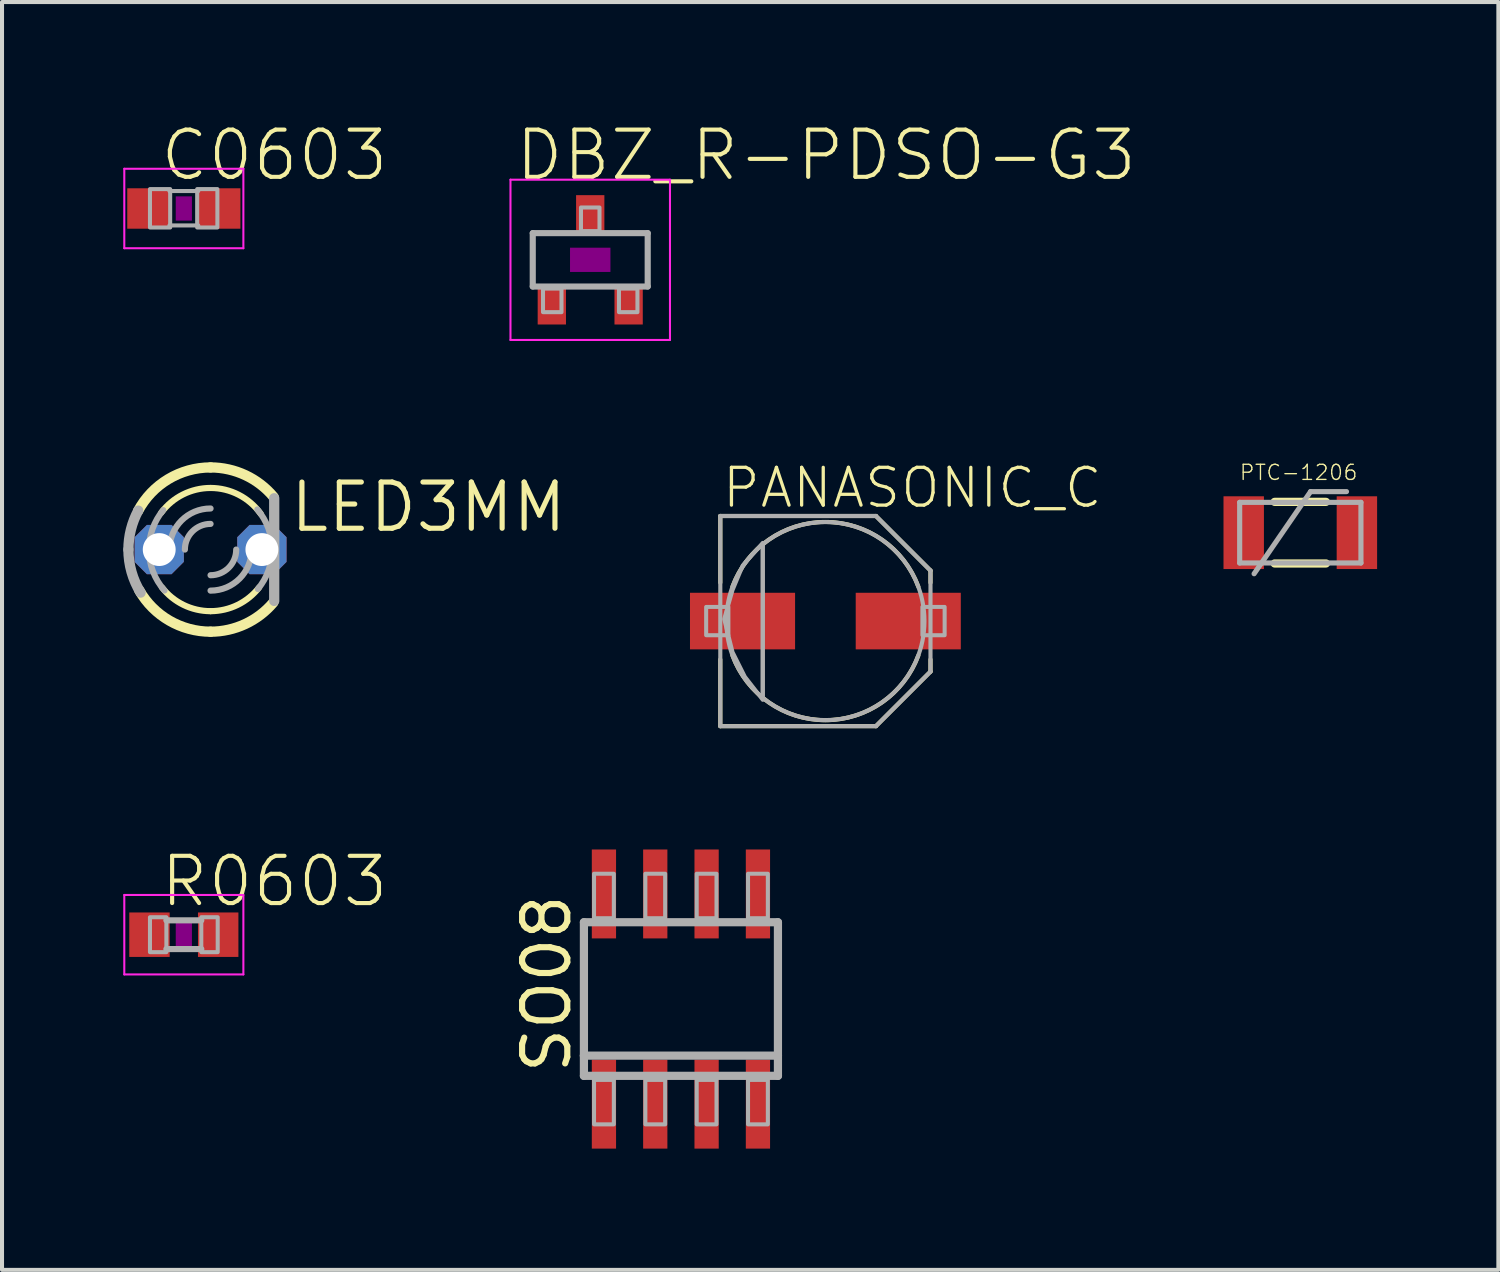
<source format=kicad_pcb>
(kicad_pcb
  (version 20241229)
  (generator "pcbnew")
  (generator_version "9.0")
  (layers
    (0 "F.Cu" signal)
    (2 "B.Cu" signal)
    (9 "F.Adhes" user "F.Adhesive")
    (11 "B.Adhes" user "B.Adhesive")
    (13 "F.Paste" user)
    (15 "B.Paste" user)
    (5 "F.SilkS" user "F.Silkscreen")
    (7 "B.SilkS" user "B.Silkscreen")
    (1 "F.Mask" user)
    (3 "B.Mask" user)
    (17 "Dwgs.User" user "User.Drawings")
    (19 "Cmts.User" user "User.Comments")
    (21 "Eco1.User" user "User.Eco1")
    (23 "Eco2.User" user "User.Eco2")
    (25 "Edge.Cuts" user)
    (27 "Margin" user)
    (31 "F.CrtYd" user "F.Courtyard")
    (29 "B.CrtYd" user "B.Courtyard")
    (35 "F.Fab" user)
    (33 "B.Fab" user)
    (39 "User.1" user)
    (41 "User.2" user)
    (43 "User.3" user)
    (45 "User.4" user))
  (footprint "LED3MM"
    (layer "F.Cu")
    (at 2.159 10.546)
    (property "Reference" "LED3MM" (at 1.905 -0.381 0) (layer "F.SilkS") (effects (font (size 1.143 1.143) (thickness 0.127)) (justify left bottom)))
    (fp_arc (start -1.7929 -0.9562) (mid -1.045438 -1.7424) (end 0 -2.032) (stroke (width 0.254) (type solid)) (layer "F.SilkS"))
    (fp_arc (start -1.2192 -0.9144) (mid -0.681554 -1.363107) (end 0 -1.524) (stroke (width 0.1524) (type solid)) (layer "F.SilkS"))
    (fp_arc (start 0 -2.032) (mid 0.861864 -1.840173) (end 1.561 -1.3009) (stroke (width 0.254) (type solid)) (layer "F.SilkS"))
    (fp_arc (start 0 -1.524) (mid 0.697339 -1.355082) (end 1.2401 -0.885801) (stroke (width 0.1524) (type solid)) (layer "F.SilkS"))
    (fp_arc (start 0 1.524) (mid -0.669593 1.369018) (end -1.203 0.9356) (stroke (width 0.1524) (type solid)) (layer "F.SilkS"))
    (fp_arc (start 0 2.032) (mid -1.019924 1.757525) (end -1.7643 1.0082) (stroke (width 0.254) (type solid)) (layer "F.SilkS"))
    (fp_arc (start 1.203 0.9356) (mid 0.669593 1.369018) (end 0 1.524) (stroke (width 0.1524) (type solid)) (layer "F.SilkS"))
    (fp_arc (start 1.5512 1.3126) (mid 0.854953 1.843405) (end 0 2.032) (stroke (width 0.254) (type solid)) (layer "F.SilkS"))
    (fp_line (start 1.575 1.27) (end 1.575 -1.27) (stroke (width 0.254) (type solid)) (layer "F.Fab"))
    (fp_arc (start -2.032 0) (mid -1.970339 -0.496775) (end -1.7891 -0.9634) (stroke (width 0.254) (type solid)) (layer "F.Fab"))
    (fp_arc (start -1.7306 1.065) (mid -1.95521 0.553417) (end -2.032 0) (stroke (width 0.254) (type solid)) (layer "F.Fab"))
    (fp_arc (start -1.524 0) (mid -1.432981 -0.518783) (end -1.1708 -0.9756) (stroke (width 0.1524) (type solid)) (layer "F.Fab"))
    (fp_arc (start -1.1391 1.0125) (mid -1.42454 0.5416) (end -1.524 0) (stroke (width 0.1524) (type solid)) (layer "F.Fab"))
    (fp_arc (start -1.016 0) (mid -0.71842 -0.71842) (end 0 -1.016) (stroke (width 0.1524) (type solid)) (layer "F.Fab"))
    (fp_arc (start -0.635 0) (mid -0.449013 -0.449013) (end 0 -0.635) (stroke (width 0.1524) (type solid)) (layer "F.Fab"))
    (fp_arc (start 0.635 0) (mid 0.449013 0.449013) (end 0 0.635) (stroke (width 0.1524) (type solid)) (layer "F.Fab"))
    (fp_arc (start 1.016 0) (mid 0.71842 0.71842) (end 0 1.016) (stroke (width 0.1524) (type solid)) (layer "F.Fab"))
    (fp_arc (start 1.1571 -0.9918) (mid 1.429332 -0.528744) (end 1.524 0) (stroke (width 0.1524) (type solid)) (layer "F.Fab"))
    (fp_arc (start 1.524 0) (mid 1.432981 0.518783) (end 1.1708 0.9756) (stroke (width 0.1524) (type solid)) (layer "F.Fab"))
    (pad "A" thru_hole roundrect (at -1.27 0) (size 1.219 1.219) (drill 0.813) (layers "*.Cu" "*.Mask") (roundrect_rratio 0.25) (chamfer_ratio 0.25) (chamfer top_left top_right bottom_left bottom_right))
    (pad "K" thru_hole roundrect (at 1.27 0) (size 1.219 1.219) (drill 0.813) (layers "*.Cu" "*.Mask") (roundrect_rratio 0.25) (chamfer_ratio 0.25) (chamfer top_left top_right bottom_left bottom_right)))
  (footprint "PTC-1206"
    (layer "F.Cu")
    (at 29.119 10.128)
    (property "Reference" "PTC-1206" (at -1.524 -1.27 0) (layer "F.SilkS") (effects (font (size 0.374 0.374) (thickness 0.033)) (justify left bottom)))
    (fp_line (start -0.635 -0.762) (end 0.635 -0.762) (stroke (width 0.203) (type solid)) (layer "F.SilkS"))
    (fp_line (start 0.635 0.762) (end -0.635 0.762) (stroke (width 0.203) (type solid)) (layer "F.SilkS"))
    (fp_line (start -1.5 -0.75) (end 1.5 -0.75) (stroke (width 0.127) (type solid)) (layer "F.Fab"))
    (fp_line (start -1.5 0.75) (end -1.5 -0.75) (stroke (width 0.127) (type solid)) (layer "F.Fab"))
    (fp_line (start -1.143 1.016) (end 0.254 -1.016) (stroke (width 0.127) (type solid)) (layer "F.Fab"))
    (fp_line (start 0.254 -1.016) (end 1.143 -1.016) (stroke (width 0.127) (type solid)) (layer "F.Fab"))
    (fp_line (start 1.5 -0.75) (end 1.5 0.75) (stroke (width 0.127) (type solid)) (layer "F.Fab"))
    (fp_line (start 1.5 0.75) (end -1.5 0.75) (stroke (width 0.127) (type solid)) (layer "F.Fab"))
    (pad "1" smd rect (at -1.4 0) (size 1 1.8) (layers "F.Cu" "F.Mask" "F.Paste"))
    (pad "2" smd rect (at 1.4 0) (size 1 1.8) (layers "F.Cu" "F.Mask" "F.Paste")))
  (footprint "DBZ_R-PDSO-G3"
    (layer "F.Cu")
    (at 11.552 3.378)
    (property "Reference" "DBZ_R-PDSO-G3" (at -1.905 -1.905 0) (layer "F.SilkS") (effects (font (size 1.168 1.168) (thickness 0.102)) (justify left bottom)))
    (fp_poly (pts (xy -0.5 0.3) (xy 0.5 0.3) (xy 0.5 -0.3) (xy -0.5 -0.3)) (stroke (width 0) (type solid)) (fill yes) (layer "F.Adhes"))
    (fp_line (start -1.973 -1.983) (end 1.973 -1.983) (stroke (width 0.051) (type solid)) (layer "F.CrtYd"))
    (fp_line (start -1.973 1.983) (end -1.973 -1.983) (stroke (width 0.051) (type solid)) (layer "F.CrtYd"))
    (fp_line (start 1.973 -1.983) (end 1.973 1.983) (stroke (width 0.051) (type solid)) (layer "F.CrtYd"))
    (fp_line (start 1.973 1.983) (end -1.973 1.983) (stroke (width 0.051) (type solid)) (layer "F.CrtYd"))
    (fp_line (start -1.422 -0.66) (end 1.422 -0.66) (stroke (width 0.152) (type solid)) (layer "F.Fab"))
    (fp_line (start -1.422 0.66) (end -1.422 -0.66) (stroke (width 0.152) (type solid)) (layer "F.Fab"))
    (fp_line (start 1.422 -0.66) (end 1.422 0.66) (stroke (width 0.152) (type solid)) (layer "F.Fab"))
    (fp_line (start 1.422 0.66) (end -1.422 0.66) (stroke (width 0.152) (type solid)) (layer "F.Fab"))
    (fp_poly (pts (xy -1.168 1.295) (xy -0.711 1.295) (xy -0.711 0.711) (xy -1.168 0.711)) (stroke (width 0.1) (type solid)) (fill no) (layer "F.Fab"))
    (fp_poly (pts (xy -0.229 -0.711) (xy 0.229 -0.711) (xy 0.229 -1.295) (xy -0.229 -1.295)) (stroke (width 0.1) (type solid)) (fill no) (layer "F.Fab"))
    (fp_poly (pts (xy 0.711 1.295) (xy 1.168 1.295) (xy 1.168 0.711) (xy 0.711 0.711)) (stroke (width 0.1) (type solid)) (fill no) (layer "F.Fab"))
    (pad "1" smd rect (at -0.95 1.1) (size 0.7 1) (layers "F.Cu" "F.Mask" "F.Paste"))
    (pad "2" smd rect (at 0.95 1.1) (size 0.7 1) (layers "F.Cu" "F.Mask" "F.Paste"))
    (pad "3" smd rect (at 0 -1.1) (size 0.7 1) (layers "F.Cu" "F.Mask" "F.Paste")))
  (footprint "PANASONIC_C"
    (layer "F.Cu")
    (at 17.37 12.315)
    (property "Reference" "PANASONIC_C" (at -2.6 -2.75 0) (layer "F.SilkS") (effects (font (size 0.935 0.935) (thickness 0.081)) (justify left bottom)))
    (fp_line (start -2.6 -2.6) (end 1.25 -2.6) (stroke (width 0.102) (type solid)) (layer "F.SilkS"))
    (fp_line (start -2.6 -0.95) (end -2.6 -2.6) (stroke (width 0.102) (type solid)) (layer "F.SilkS"))
    (fp_line (start -2.6 2.6) (end -2.6 0.95) (stroke (width 0.102) (type solid)) (layer "F.SilkS"))
    (fp_line (start 1.25 -2.6) (end 2.6 -1.25) (stroke (width 0.102) (type solid)) (layer "F.SilkS"))
    (fp_line (start 1.25 2.6) (end -2.6 2.6) (stroke (width 0.102) (type solid)) (layer "F.SilkS"))
    (fp_line (start 2.6 -1.25) (end 2.6 -0.95) (stroke (width 0.102) (type solid)) (layer "F.SilkS"))
    (fp_line (start 2.6 0.95) (end 2.6 1.25) (stroke (width 0.102) (type solid)) (layer "F.SilkS"))
    (fp_line (start 2.6 1.25) (end 1.25 2.6) (stroke (width 0.102) (type solid)) (layer "F.SilkS"))
    (fp_arc (start -2.3 -0.85) (mid 0 -2.45204) (end 2.3 -0.85) (stroke (width 0.1016) (type solid)) (layer "F.SilkS"))
    (fp_arc (start 2.3 0.85) (mid 0 2.45204) (end -2.3 0.85) (stroke (width 0.1016) (type solid)) (layer "F.SilkS"))
    (fp_line (start -2.6 -2.6) (end 1.25 -2.6) (stroke (width 0.102) (type solid)) (layer "F.Fab"))
    (fp_line (start -2.6 2.6) (end -2.6 -2.6) (stroke (width 0.102) (type solid)) (layer "F.Fab"))
    (fp_line (start -1.55 -1.85) (end -1.55 1.85) (stroke (width 0.102) (type solid)) (layer "F.Fab"))
    (fp_line (start 1.25 -2.6) (end 2.6 -1.25) (stroke (width 0.102) (type solid)) (layer "F.Fab"))
    (fp_line (start 1.25 2.6) (end -2.6 2.6) (stroke (width 0.102) (type solid)) (layer "F.Fab"))
    (fp_line (start 2.6 -1.25) (end 2.6 1.25) (stroke (width 0.102) (type solid)) (layer "F.Fab"))
    (fp_line (start 2.6 1.25) (end 1.25 2.6) (stroke (width 0.102) (type solid)) (layer "F.Fab"))
    (fp_circle (center 0 0) (end 2.45 0) (stroke (width 0.102) (type solid)) (fill no) (layer "F.Fab"))
    (fp_poly (pts (xy -2.95 0.35) (xy -2.4 0.35) (xy -2.4 -0.35) (xy -2.95 -0.35)) (stroke (width 0.1) (type solid)) (fill no) (layer "F.Fab"))
    (fp_poly (pts (xy 2.4 0.35) (xy 2.95 0.35) (xy 2.95 -0.35) (xy 2.4 -0.35)) (stroke (width 0.1) (type solid)) (fill no) (layer "F.Fab"))
    (fp_poly (pts (xy -1.549 1.948) (xy -1.993 1.377) (xy -2.298 0.768) (xy -2.503 -0.051) (xy -2.298 -0.767) (xy -2.044 -1.377) (xy -1.549 -1.934)) (stroke (width 0.1) (type solid)) (fill no) (layer "F.Fab"))
    (pad "+" smd rect (at 2.05 0) (size 2.6 1.4) (layers "F.Cu" "F.Mask" "F.Paste"))
    (pad "-" smd rect (at -2.05 0) (size 2.6 1.4) (layers "F.Cu" "F.Mask" "F.Paste")))
  (footprint "SO08"
    (layer "F.Cu")
    (at 13.796 21.666)
    (property "Reference" "SO08" (at -2.667 1.905 90) (layer "F.SilkS") (effects (font (size 1.118 1.118) (thickness 0.152)) (justify left bottom)))
    (fp_line (start -2.4 -1.9) (end 2.4 -1.9) (stroke (width 0.203) (type solid)) (layer "F.Fab"))
    (fp_line (start -2.4 1.4) (end -2.4 -1.9) (stroke (width 0.203) (type solid)) (layer "F.Fab"))
    (fp_line (start -2.4 1.9) (end -2.4 1.4) (stroke (width 0.203) (type solid)) (layer "F.Fab"))
    (fp_line (start 2.4 -1.9) (end 2.4 1.4) (stroke (width 0.203) (type solid)) (layer "F.Fab"))
    (fp_line (start 2.4 1.4) (end -2.4 1.4) (stroke (width 0.203) (type solid)) (layer "F.Fab"))
    (fp_line (start 2.4 1.4) (end 2.4 1.9) (stroke (width 0.203) (type solid)) (layer "F.Fab"))
    (fp_line (start 2.4 1.9) (end -2.4 1.9) (stroke (width 0.203) (type solid)) (layer "F.Fab"))
    (fp_poly (pts (xy -2.15 -2) (xy -1.66 -2) (xy -1.66 -3.1) (xy -2.15 -3.1)) (stroke (width 0.1) (type solid)) (fill no) (layer "F.Fab"))
    (fp_poly (pts (xy -2.15 3.1) (xy -1.66 3.1) (xy -1.66 2) (xy -2.15 2)) (stroke (width 0.1) (type solid)) (fill no) (layer "F.Fab"))
    (fp_poly (pts (xy -0.88 -2) (xy -0.39 -2) (xy -0.39 -3.1) (xy -0.88 -3.1)) (stroke (width 0.1) (type solid)) (fill no) (layer "F.Fab"))
    (fp_poly (pts (xy -0.88 3.1) (xy -0.39 3.1) (xy -0.39 2) (xy -0.88 2)) (stroke (width 0.1) (type solid)) (fill no) (layer "F.Fab"))
    (fp_poly (pts (xy 0.39 -2) (xy 0.88 -2) (xy 0.88 -3.1) (xy 0.39 -3.1)) (stroke (width 0.1) (type solid)) (fill no) (layer "F.Fab"))
    (fp_poly (pts (xy 0.39 3.1) (xy 0.88 3.1) (xy 0.88 2) (xy 0.39 2)) (stroke (width 0.1) (type solid)) (fill no) (layer "F.Fab"))
    (fp_poly (pts (xy 1.66 -2) (xy 2.15 -2) (xy 2.15 -3.1) (xy 1.66 -3.1)) (stroke (width 0.1) (type solid)) (fill no) (layer "F.Fab"))
    (fp_poly (pts (xy 1.66 3.1) (xy 2.15 3.1) (xy 2.15 2) (xy 1.66 2)) (stroke (width 0.1) (type solid)) (fill no) (layer "F.Fab"))
    (pad "1" smd rect (at -1.905 2.6) (size 0.6 2.2) (layers "F.Cu" "F.Mask" "F.Paste"))
    (pad "2" smd rect (at -0.635 2.6) (size 0.6 2.2) (layers "F.Cu" "F.Mask" "F.Paste"))
    (pad "3" smd rect (at 0.635 2.6) (size 0.6 2.2) (layers "F.Cu" "F.Mask" "F.Paste"))
    (pad "4" smd rect (at 1.905 2.6) (size 0.6 2.2) (layers "F.Cu" "F.Mask" "F.Paste"))
    (pad "5" smd rect (at 1.905 -2.6) (size 0.6 2.2) (layers "F.Cu" "F.Mask" "F.Paste"))
    (pad "6" smd rect (at 0.635 -2.6) (size 0.6 2.2) (layers "F.Cu" "F.Mask" "F.Paste"))
    (pad "7" smd rect (at -0.635 -2.6) (size 0.6 2.2) (layers "F.Cu" "F.Mask" "F.Paste"))
    (pad "8" smd rect (at -1.905 -2.6) (size 0.6 2.2) (layers "F.Cu" "F.Mask" "F.Paste")))
  (footprint "C0603"
    (layer "F.Cu")
    (at 1.498 2.108)
    (property "Reference" "C0603" (at -0.635 -0.635 0) (layer "F.SilkS") (effects (font (size 1.168 1.168) (thickness 0.102)) (justify left bottom)))
    (fp_poly (pts (xy -0.2 0.3) (xy 0.2 0.3) (xy 0.2 -0.3) (xy -0.2 -0.3)) (stroke (width 0) (type solid)) (fill yes) (layer "F.Adhes"))
    (fp_line (start -1.473 -0.983) (end 1.473 -0.983) (stroke (width 0.051) (type solid)) (layer "F.CrtYd"))
    (fp_line (start -1.473 0.983) (end -1.473 -0.983) (stroke (width 0.051) (type solid)) (layer "F.CrtYd"))
    (fp_line (start 1.473 -0.983) (end 1.473 0.983) (stroke (width 0.051) (type solid)) (layer "F.CrtYd"))
    (fp_line (start 1.473 0.983) (end -1.473 0.983) (stroke (width 0.051) (type solid)) (layer "F.CrtYd"))
    (fp_line (start -0.356 -0.432) (end 0.356 -0.432) (stroke (width 0.102) (type solid)) (layer "F.Fab"))
    (fp_line (start -0.356 0.419) (end 0.356 0.419) (stroke (width 0.102) (type solid)) (layer "F.Fab"))
    (fp_poly (pts (xy -0.838 0.47) (xy -0.338 0.47) (xy -0.338 -0.48) (xy -0.838 -0.48)) (stroke (width 0.1) (type solid)) (fill no) (layer "F.Fab"))
    (fp_poly (pts (xy 0.33 0.47) (xy 0.83 0.47) (xy 0.83 -0.48) (xy 0.33 -0.48)) (stroke (width 0.1) (type solid)) (fill no) (layer "F.Fab"))
    (pad "1" smd rect (at -0.85 0) (size 1.1 1) (layers "F.Cu" "F.Mask" "F.Paste"))
    (pad "2" smd rect (at 0.85 0) (size 1.1 1) (layers "F.Cu" "F.Mask" "F.Paste")))
  (footprint "R0603"
    (layer "F.Cu")
    (at 1.498 20.074)
    (property "Reference" "R0603" (at -0.635 -0.635 0) (layer "F.SilkS") (effects (font (size 1.168 1.168) (thickness 0.102)) (justify left bottom)))
    (fp_poly (pts (xy -0.2 0.4) (xy 0.2 0.4) (xy 0.2 -0.4) (xy -0.2 -0.4)) (stroke (width 0) (type solid)) (fill yes) (layer "F.Adhes"))
    (fp_line (start -1.473 -0.983) (end 1.473 -0.983) (stroke (width 0.051) (type solid)) (layer "F.CrtYd"))
    (fp_line (start -1.473 0.983) (end -1.473 -0.983) (stroke (width 0.051) (type solid)) (layer "F.CrtYd"))
    (fp_line (start 1.473 -0.983) (end 1.473 0.983) (stroke (width 0.051) (type solid)) (layer "F.CrtYd"))
    (fp_line (start 1.473 0.983) (end -1.473 0.983) (stroke (width 0.051) (type solid)) (layer "F.CrtYd"))
    (fp_line (start -0.432 0.356) (end 0.432 0.356) (stroke (width 0.152) (type solid)) (layer "F.Fab"))
    (fp_line (start 0.432 -0.356) (end -0.432 -0.356) (stroke (width 0.152) (type solid)) (layer "F.Fab"))
    (fp_poly (pts (xy -0.838 0.432) (xy -0.432 0.432) (xy -0.432 -0.432) (xy -0.838 -0.432)) (stroke (width 0.1) (type solid)) (fill no) (layer "F.Fab"))
    (fp_poly (pts (xy 0.432 0.432) (xy 0.838 0.432) (xy 0.838 -0.432) (xy 0.432 -0.432)) (stroke (width 0.1) (type solid)) (fill no) (layer "F.Fab"))
    (pad "1" smd rect (at -0.85 0) (size 1 1.1) (layers "F.Cu" "F.Mask" "F.Paste"))
    (pad "2" smd rect (at 0.85 0) (size 1 1.1) (layers "F.Cu" "F.Mask" "F.Paste")))
  (gr_rect
    (start -3 -3)
    (end 34.019 28.366)
    (stroke (width 0.1) (type default))
    (fill no)
    (layer "Edge.Cuts")))
</source>
